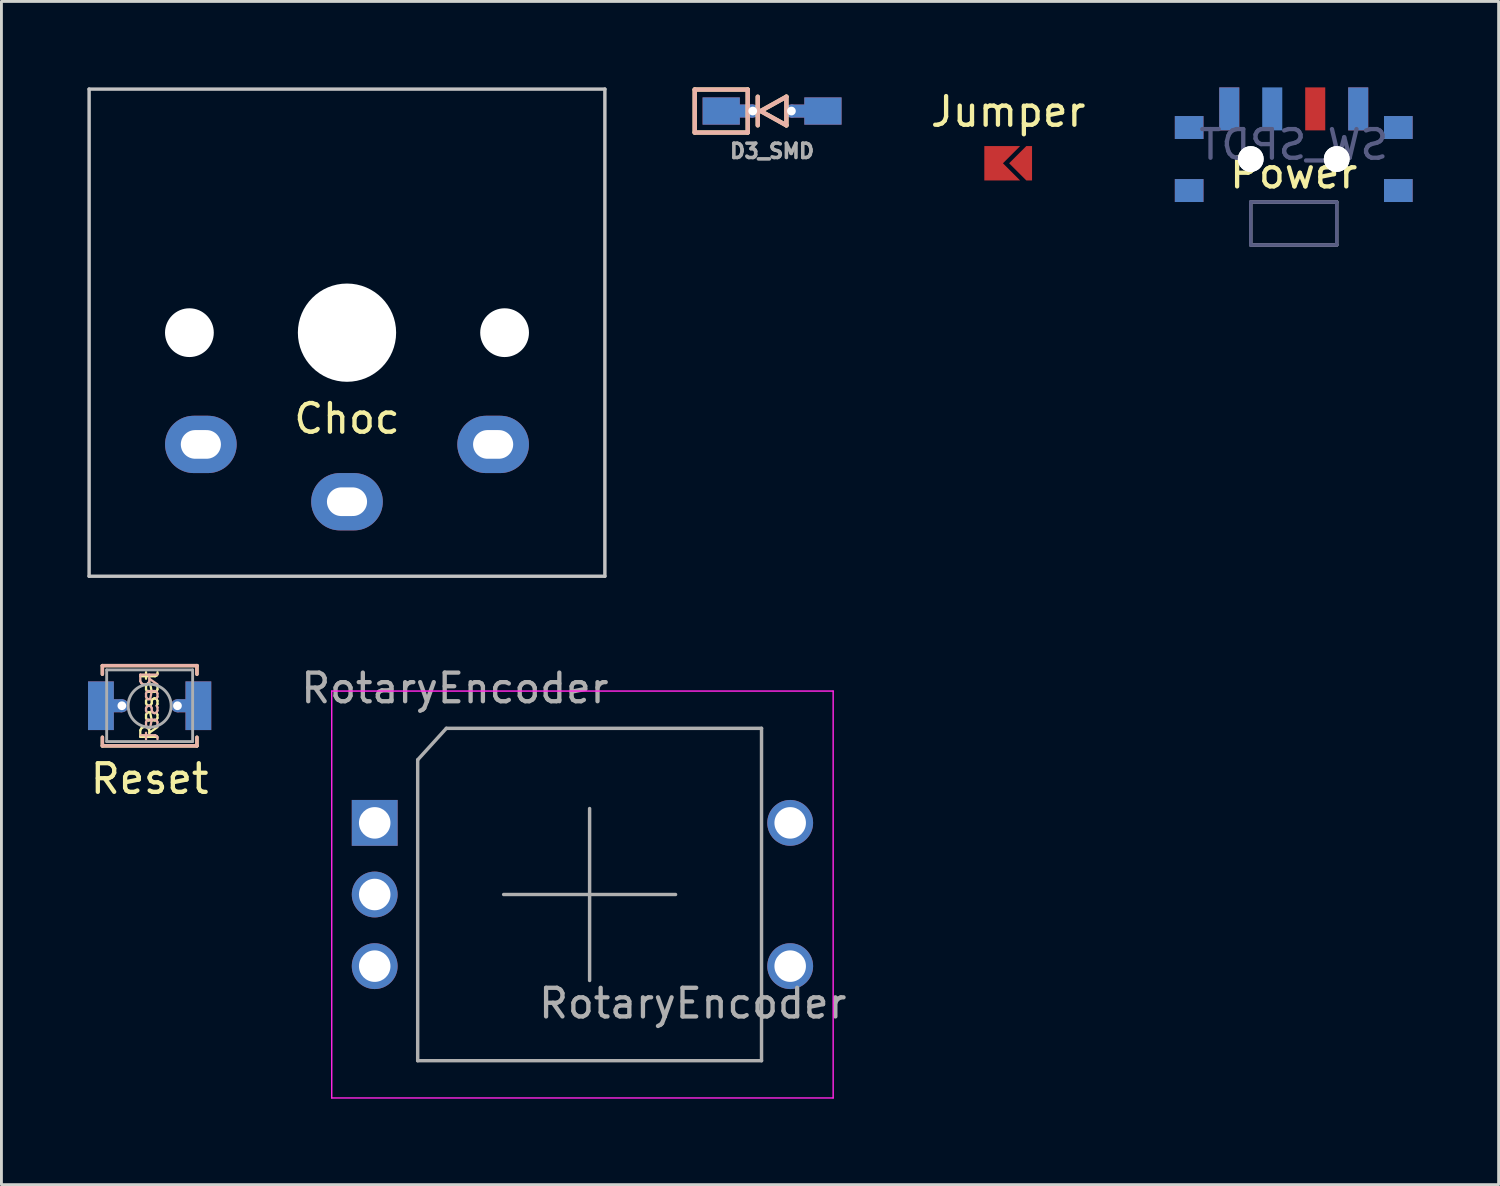
<source format=kicad_pcb>
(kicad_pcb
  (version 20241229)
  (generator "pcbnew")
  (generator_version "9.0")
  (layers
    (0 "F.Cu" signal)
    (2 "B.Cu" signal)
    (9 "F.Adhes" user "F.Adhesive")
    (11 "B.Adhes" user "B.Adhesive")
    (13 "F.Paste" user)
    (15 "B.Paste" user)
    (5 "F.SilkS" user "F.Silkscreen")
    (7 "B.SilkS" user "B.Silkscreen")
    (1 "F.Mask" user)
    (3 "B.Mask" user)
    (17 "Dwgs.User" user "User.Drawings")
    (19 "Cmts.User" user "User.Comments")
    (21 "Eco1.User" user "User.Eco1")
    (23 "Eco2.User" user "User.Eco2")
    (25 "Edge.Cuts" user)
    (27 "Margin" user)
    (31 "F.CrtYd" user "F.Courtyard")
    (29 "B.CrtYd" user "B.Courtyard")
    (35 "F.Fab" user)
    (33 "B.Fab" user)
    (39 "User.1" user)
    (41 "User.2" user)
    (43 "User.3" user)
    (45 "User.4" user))
  (footprint "Choc"
    (layer "F.Cu")
    (at 9.06 8.56)
    (property "Reference" "Choc" (at 0 3 0) (layer "F.SilkS") (effects (font (size 1 1) (thickness 0.15))))
    (attr through_hole)
    (fp_line (start -9 -8.5) (end 9 -8.5) (stroke (width 0.12) (type solid)) (layer "Dwgs.User"))
    (fp_line (start -9 8.5) (end -9 -8.5) (stroke (width 0.12) (type solid)) (layer "Dwgs.User"))
    (fp_line (start 9 -8.5) (end 9 8.5) (stroke (width 0.12) (type solid)) (layer "Dwgs.User"))
    (fp_line (start 9 8.5) (end -9 8.5) (stroke (width 0.12) (type solid)) (layer "Dwgs.User"))
    (fp_line (start -6.9 6.9) (end -6.9 -6.9) (stroke (width 0.15) (type solid)) (layer "Eco2.User"))
    (fp_line (start -6.9 6.9) (end 6.9 6.9) (stroke (width 0.15) (type solid)) (layer "Eco2.User"))
    (fp_line (start 6.9 -6.9) (end -6.9 -6.9) (stroke (width 0.15) (type solid)) (layer "Eco2.User"))
    (fp_line (start 6.9 -6.9) (end 6.9 6.9) (stroke (width 0.15) (type solid)) (layer "Eco2.User"))
    (pad "" np_thru_hole circle (at -5.5 0) (size 1.702 1.702) (drill 1.702) (layers "*.Cu" "*.Mask"))
    (pad "" np_thru_hole circle (at 0 0) (size 3.429 3.429) (drill 3.429) (layers "*.Cu" "*.Mask"))
    (pad "" np_thru_hole circle (at 5.5 0) (size 1.702 1.702) (drill 1.702) (layers "*.Cu" "*.Mask"))
    (pad "1" thru_hole oval (at -5.1 3.9) (size 2.5 2) (drill oval 1.4 1) (layers "*.Cu" "B.Mask"))
    (pad "1" thru_hole oval (at 5.1 3.9) (size 2.5 2) (drill oval 1.4 1) (layers "*.Cu" "F.Mask"))
    (pad "2" thru_hole oval (at 0 5.9) (size 2.5 2) (drill oval 1.4 1) (layers "*.Cu" "*.Mask")))
  (footprint "Power"
    (layer "F.Cu")
    (at 42.101 2.5)
    (property "Reference" "Power" (at 0 0.5 180) (layer "F.SilkS") (effects (font (size 1 1) (thickness 0.15))))
    (fp_poly (pts (xy -4.1 -0.75) (xy -4.1 -1.45) (xy -3.2 -1.45) (xy -3.2 -0.75)) (stroke (width 0.1) (type solid)) (fill yes) (layer "F.Mask"))
    (fp_poly (pts (xy -4.1 1.45) (xy -4.1 0.75) (xy -3.2 0.75) (xy -3.2 1.45)) (stroke (width 0.1) (type solid)) (fill yes) (layer "F.Mask"))
    (fp_poly (pts (xy -2.55 -1.05) (xy -2.55 -2.45) (xy -1.95 -2.45) (xy -1.95 -1.05)) (stroke (width 0.1) (type solid)) (fill yes) (layer "F.Mask"))
    (fp_poly (pts (xy 0.45 -1.05) (xy 0.45 -2.45) (xy 1.05 -2.45) (xy 1.05 -1.05)) (stroke (width 0.1) (type solid)) (fill yes) (layer "F.Mask"))
    (fp_poly (pts (xy 1.95 -1.05) (xy 1.95 -2.45) (xy 2.55 -2.45) (xy 2.55 -1.05)) (stroke (width 0.1) (type solid)) (fill yes) (layer "F.Mask"))
    (fp_poly (pts (xy 3.2 -0.75) (xy 3.2 -1.45) (xy 4.1 -1.45) (xy 4.1 -0.75)) (stroke (width 0.1) (type solid)) (fill yes) (layer "F.Mask"))
    (fp_poly (pts (xy 3.2 1.45) (xy 3.2 0.75) (xy 4.1 0.75) (xy 4.1 1.45)) (stroke (width 0.1) (type solid)) (fill yes) (layer "F.Mask"))
    (fp_poly (pts (xy -3.2 -0.75) (xy -3.2 -1.45) (xy -4.1 -1.45) (xy -4.1 -0.75)) (stroke (width 0.1) (type solid)) (fill yes) (layer "B.Mask"))
    (fp_poly (pts (xy -3.2 1.45) (xy -3.2 0.75) (xy -4.1 0.75) (xy -4.1 1.45)) (stroke (width 0.1) (type solid)) (fill yes) (layer "B.Mask"))
    (fp_poly (pts (xy -1.95 -1.05) (xy -1.95 -2.45) (xy -2.55 -2.45) (xy -2.55 -1.05)) (stroke (width 0.1) (type solid)) (fill yes) (layer "B.Mask"))
    (fp_poly (pts (xy -0.45 -1.05) (xy -0.45 -2.45) (xy -1.05 -2.45) (xy -1.05 -1.05)) (stroke (width 0.1) (type solid)) (fill yes) (layer "B.Mask"))
    (fp_poly (pts (xy 2.55 -1.05) (xy 2.55 -2.45) (xy 1.95 -2.45) (xy 1.95 -1.05)) (stroke (width 0.1) (type solid)) (fill yes) (layer "B.Mask"))
    (fp_poly (pts (xy 4.1 -0.75) (xy 4.1 -1.45) (xy 3.2 -1.45) (xy 3.2 -0.75)) (stroke (width 0.1) (type solid)) (fill yes) (layer "B.Mask"))
    (fp_poly (pts (xy 4.1 1.45) (xy 4.1 0.75) (xy 3.2 0.75) (xy 3.2 1.45)) (stroke (width 0.1) (type solid)) (fill yes) (layer "B.Mask"))
    (fp_line (start -1.5 1.5) (end 1.5 1.5) (stroke (width 0.12) (type solid)) (layer "B.Fab"))
    (fp_line (start -1.5 3) (end -1.5 1.5) (stroke (width 0.12) (type solid)) (layer "B.Fab"))
    (fp_line (start 1.5 1.5) (end 1.5 3) (stroke (width 0.12) (type solid)) (layer "B.Fab"))
    (fp_line (start 1.5 3) (end -1.5 3) (stroke (width 0.12) (type solid)) (layer "B.Fab"))
    (fp_line (start -1.5 1.5) (end -1.5 3) (stroke (width 0.12) (type solid)) (layer "F.Fab"))
    (fp_line (start -1.5 3) (end 1.5 3) (stroke (width 0.12) (type solid)) (layer "F.Fab"))
    (fp_line (start 1.5 1.5) (end -1.5 1.5) (stroke (width 0.12) (type solid)) (layer "F.Fab"))
    (fp_line (start 1.5 3) (end 1.5 1.5) (stroke (width 0.12) (type solid)) (layer "F.Fab"))
    (fp_text user "SW_SPDT" (at 0 -0.5 180) (layer "B.Fab") (effects (font (size 1 1) (thickness 0.15)) (justify mirror)))
    (pad "" smd rect (at -3.65 -1.1) (size 1 0.8) (layers "F.Cu"))
    (pad "" smd rect (at -3.65 -1.1 180) (size 1 0.8) (layers "B.Cu"))
    (pad "" smd rect (at -3.65 1.1) (size 1 0.8) (layers "F.Cu"))
    (pad "" smd rect (at -3.65 1.1 180) (size 1 0.8) (layers "B.Cu"))
    (pad "" np_thru_hole circle (at -1.5 0 180) (size 0.9 0.9) (drill 0.9) (layers "*.Cu" "*.Mask"))
    (pad "" np_thru_hole circle (at -1.5 0) (size 0.9 0.9) (drill 0.9) (layers "*.Cu" "*.Mask"))
    (pad "" np_thru_hole circle (at 1.5 0 180) (size 0.9 0.9) (drill 0.9) (layers "*.Cu" "*.Mask"))
    (pad "" np_thru_hole circle (at 1.5 0) (size 0.9 0.9) (drill 0.9) (layers "*.Cu" "*.Mask"))
    (pad "" smd rect (at 3.65 -1.1) (size 1 0.8) (layers "F.Cu"))
    (pad "" smd rect (at 3.65 -1.1 180) (size 1 0.8) (layers "B.Cu"))
    (pad "" smd rect (at 3.65 1.1) (size 1 0.8) (layers "F.Cu"))
    (pad "" smd rect (at 3.65 1.1 180) (size 1 0.8) (layers "B.Cu"))
    (pad "1" smd rect (at -2.25 -1.75) (size 0.7 1.5) (layers "F.Cu"))
    (pad "1" smd rect (at 2.25 -1.75 180) (size 0.7 1.5) (layers "B.Cu"))
    (pad "2" smd rect (at -0.75 -1.75 180) (size 0.7 1.5) (layers "B.Cu"))
    (pad "2" smd rect (at 0.75 -1.75) (size 0.7 1.5) (layers "F.Cu"))
    (pad "3" smd rect (at -2.25 -1.75 180) (size 0.7 1.5) (layers "B.Cu"))
    (pad "3" smd rect (at 2.25 -1.75) (size 0.7 1.5) (layers "F.Cu")))
  (footprint "RotaryEncoder"
    (layer "F.Cu")
    (at 17.527 28.168)
    (property "Reference" "RotaryEncoder" (at -4.7 -7.2 0) (layer "F.Fab") (effects (font (size 1 1) (thickness 0.15))))
    (attr through_hole)
    (fp_line (start -9 -7.1) (end -9 7.1) (stroke (width 0.05) (type solid)) (layer "F.CrtYd"))
    (fp_line (start -9 -7.1) (end 8.5 -7.1) (stroke (width 0.05) (type solid)) (layer "F.CrtYd"))
    (fp_line (start 8.5 7.1) (end -9 7.1) (stroke (width 0.05) (type solid)) (layer "F.CrtYd"))
    (fp_line (start 8.5 7.1) (end 8.5 -7.1) (stroke (width 0.05) (type solid)) (layer "F.CrtYd"))
    (fp_line (start -6 -4.7) (end -5 -5.8) (stroke (width 0.12) (type solid)) (layer "F.Fab"))
    (fp_line (start -6 5.8) (end -6 -4.7) (stroke (width 0.12) (type solid)) (layer "F.Fab"))
    (fp_line (start -5 -5.8) (end 6 -5.8) (stroke (width 0.12) (type solid)) (layer "F.Fab"))
    (fp_line (start -3 0) (end 3 0) (stroke (width 0.12) (type solid)) (layer "F.Fab"))
    (fp_line (start 0 -3) (end 0 3) (stroke (width 0.12) (type solid)) (layer "F.Fab"))
    (fp_line (start 6 -5.8) (end 6 5.8) (stroke (width 0.12) (type solid)) (layer "F.Fab"))
    (fp_line (start 6 5.8) (end -6 5.8) (stroke (width 0.12) (type solid)) (layer "F.Fab"))
    (fp_text user "${REFERENCE}" (at 3.6 3.8 0) (layer "F.Fab") (effects (font (size 1 1) (thickness 0.15))))
    (pad "A" thru_hole rect (at -7.5 -2.5) (size 1.6 1.6) (drill 1.1) (layers "*.Cu" "*.Mask"))
    (pad "B" thru_hole circle (at -7.5 2.5) (size 1.6 1.6) (drill 1.1) (layers "*.Cu" "*.Mask"))
    (pad "C" thru_hole circle (at -7.5 0) (size 1.6 1.6) (drill 1.1) (layers "*.Cu" "*.Mask"))
    (pad "S1" thru_hole circle (at 7 2.5) (size 1.6 1.6) (drill 1.1) (layers "*.Cu" "*.Mask"))
    (pad "S2" thru_hole circle (at 7 -2.5) (size 1.6 1.6) (drill 1.1) (layers "*.Cu" "*.Mask")))
  (footprint "D3_SMD"
    (layer "F.Cu")
    (at 23.895 0.825)
    (property "Reference" "D3_SMD" (at 0 1.397 180) (layer "F.Fab") (effects (font (size 0.5 0.5) (thickness 0.125))))
    (fp_poly (pts (xy -2.375 -0.425) (xy -1.175 -0.425) (xy -1.175 0.425) (xy -2.375 0.425)) (stroke (width 0.1) (type solid)) (fill yes) (layer "F.Mask"))
    (fp_poly (pts (xy 1.175 -0.425) (xy 2.375 -0.425) (xy 2.375 0.425) (xy 1.175 0.425)) (stroke (width 0.1) (type solid)) (fill yes) (layer "F.Mask"))
    (fp_poly (pts (xy -2.375 -0.425) (xy -1.175 -0.425) (xy -1.175 0.425) (xy -2.375 0.425)) (stroke (width 0.1) (type solid)) (fill yes) (layer "B.Mask"))
    (fp_poly (pts (xy 1.175 -0.425) (xy 2.375 -0.425) (xy 2.375 0.425) (xy 1.175 0.425)) (stroke (width 0.1) (type solid)) (fill yes) (layer "B.Mask"))
    (fp_line (start -2.7 -0.75) (end -2.7 0.75) (stroke (width 0.15) (type solid)) (layer "F.SilkS"))
    (fp_line (start -2.7 0.75) (end -0.85 0.75) (stroke (width 0.15) (type solid)) (layer "F.SilkS"))
    (fp_line (start -0.85 -0.75) (end -2.7 -0.75) (stroke (width 0.15) (type solid)) (layer "F.SilkS"))
    (fp_line (start -0.85 -0.75) (end -0.85 0.75) (stroke (width 0.15) (type solid)) (layer "F.SilkS"))
    (fp_line (start -0.5 -0.5) (end -0.5 0.5) (stroke (width 0.15) (type solid)) (layer "F.SilkS"))
    (fp_line (start -0.4 0) (end 0.5 -0.5) (stroke (width 0.15) (type solid)) (layer "F.SilkS"))
    (fp_line (start 0.5 -0.5) (end 0.5 0.5) (stroke (width 0.15) (type solid)) (layer "F.SilkS"))
    (fp_line (start 0.5 0.5) (end -0.4 0) (stroke (width 0.15) (type solid)) (layer "F.SilkS"))
    (fp_line (start -2.7 -0.75) (end -2.7 0.75) (stroke (width 0.15) (type solid)) (layer "B.SilkS"))
    (fp_line (start -2.7 0.75) (end -0.85 0.75) (stroke (width 0.15) (type solid)) (layer "B.SilkS"))
    (fp_line (start -0.85 -0.75) (end -2.7 -0.75) (stroke (width 0.15) (type solid)) (layer "B.SilkS"))
    (fp_line (start -0.85 -0.75) (end -0.85 0.75) (stroke (width 0.15) (type solid)) (layer "B.SilkS"))
    (fp_line (start -0.5 0.5) (end -0.5 -0.5) (stroke (width 0.15) (type solid)) (layer "B.SilkS"))
    (fp_line (start -0.4 0) (end 0.5 0.5) (stroke (width 0.15) (type solid)) (layer "B.SilkS"))
    (fp_line (start 0.5 -0.5) (end -0.4 0) (stroke (width 0.15) (type solid)) (layer "B.SilkS"))
    (fp_line (start 0.5 0.5) (end 0.5 -0.5) (stroke (width 0.15) (type solid)) (layer "B.SilkS"))
    (pad "1" smd custom (at -1.775 0) (size 1.3 0.95) (layers "F.Cu") (options (anchor rect)) (primitives (gr_poly (pts (xy 1.094 0.177) (xy 0.521 0.177) (xy 0.521 -0.178) (xy 1.094 -0.178)) (width 0.1) (fill yes))))
    (pad "1" smd custom (at -1.775 0) (size 1.3 0.95) (layers "B.Cu") (options (anchor rect)) (primitives (gr_poly (pts (xy 1.094 0.177) (xy 0.521 0.177) (xy 0.521 -0.179) (xy 1.094 -0.179)) (width 0.1) (fill yes))))
    (pad "1" thru_hole circle (at -0.675 0 270) (size 0.457 0.457) (drill 0.305) (layers "*.Cu"))
    (pad "2" thru_hole circle (at 0.675 0.0004 90) (size 0.457 0.457) (drill 0.305) (layers "*.Cu"))
    (pad "2" smd custom (at 1.775 0) (size 1.3 0.95) (layers "F.Cu") (options (anchor rect)) (primitives (gr_poly (pts (xy -0.521 0.179) (xy -1.094 0.179) (xy -1.094 -0.177) (xy -0.521 -0.177)) (width 0.1) (fill yes))))
    (pad "2" smd custom (at 1.775 0) (size 1.3 0.95) (layers "B.Cu") (options (anchor rect)) (primitives (gr_poly (pts (xy -0.521 0.179) (xy -1.094 0.179) (xy -1.094 -0.177) (xy -0.521 -0.177)) (width 0.1) (fill yes)))))
  (footprint "Reset"
    (layer "F.Cu")
    (at 2.173 21.58)
    (property "Reference" "Reset" (at 0 2.55 0) (layer "F.SilkS") (effects (font (size 1 1) (thickness 0.15))))
    (attr smd)
    (fp_poly (pts (xy -2.1 0.8) (xy -2.1 -0.8) (xy -1.3 -0.8) (xy -1.3 0.8)) (stroke (width 0.1) (type solid)) (fill yes) (layer "F.Mask"))
    (fp_poly (pts (xy 1.3 0.8) (xy 1.3 -0.8) (xy 2.1 -0.8) (xy 2.1 0.8)) (stroke (width 0.1) (type solid)) (fill yes) (layer "F.Mask"))
    (fp_poly (pts (xy -2.1 0.8) (xy -2.1 -0.8) (xy -1.3 -0.8) (xy -1.3 0.8)) (stroke (width 0.1) (type solid)) (fill yes) (layer "B.Mask"))
    (fp_poly (pts (xy 1.3 0.8) (xy 1.3 -0.8) (xy 2.1 -0.8) (xy 2.1 0.8)) (stroke (width 0.1) (type solid)) (fill yes) (layer "B.Mask"))
    (fp_line (start -1.65 -1.4) (end 1.65 -1.4) (stroke (width 0.12) (type solid)) (layer "F.SilkS"))
    (fp_line (start -1.65 -1.1) (end -1.65 -1.4) (stroke (width 0.12) (type solid)) (layer "F.SilkS"))
    (fp_line (start -1.65 1.1) (end -1.65 1.4) (stroke (width 0.12) (type solid)) (layer "F.SilkS"))
    (fp_line (start -1.65 1.4) (end 1.65 1.4) (stroke (width 0.12) (type solid)) (layer "F.SilkS"))
    (fp_line (start 1.65 -1.4) (end 1.65 -1.1) (stroke (width 0.12) (type solid)) (layer "F.SilkS"))
    (fp_line (start 1.65 1.4) (end 1.65 1.1) (stroke (width 0.12) (type solid)) (layer "F.SilkS"))
    (fp_line (start -1.65 -1.4) (end 1.65 -1.4) (stroke (width 0.12) (type solid)) (layer "B.SilkS"))
    (fp_line (start -1.65 -1.1) (end -1.65 -1.4) (stroke (width 0.12) (type solid)) (layer "B.SilkS"))
    (fp_line (start -1.65 1.1) (end -1.65 1.4) (stroke (width 0.12) (type solid)) (layer "B.SilkS"))
    (fp_line (start -1.65 1.4) (end 1.65 1.4) (stroke (width 0.12) (type solid)) (layer "B.SilkS"))
    (fp_line (start 1.65 -1.4) (end 1.65 -1.1) (stroke (width 0.12) (type solid)) (layer "B.SilkS"))
    (fp_line (start 1.65 1.4) (end 1.65 1.1) (stroke (width 0.12) (type solid)) (layer "B.SilkS"))
    (fp_line (start -1.5 -1.25) (end 1.5 -1.25) (stroke (width 0.1) (type solid)) (layer "F.Fab"))
    (fp_line (start -1.5 1.25) (end -1.5 -1.25) (stroke (width 0.1) (type solid)) (layer "F.Fab"))
    (fp_line (start 1.5 -1.25) (end 1.5 1.25) (stroke (width 0.1) (type solid)) (layer "F.Fab"))
    (fp_line (start 1.5 1.25) (end -1.5 1.25) (stroke (width 0.1) (type solid)) (layer "F.Fab"))
    (fp_circle (center 0 0) (end 0.75 0) (stroke (width 0.1) (type solid)) (fill no) (layer "F.Fab"))
    (fp_text user "Reset" (at 0 0 270) (layer "F.SilkS") (effects (font (size 0.6 0.6) (thickness 0.08))))
    (fp_text user "Reset" (at 0 0 270) (layer "B.SilkS") (effects (font (size 0.6 0.6) (thickness 0.08)) (justify mirror)))
    (pad "1" smd custom (at -1.7 0) (size 0.9 1.7) (layers "F.Cu") (options (anchor rect)) (primitives (gr_poly (pts (xy 0.723 0.177) (xy 0.15 0.177) (xy 0.15 -0.179) (xy 0.723 -0.179)) (width 0.1) (fill yes))))
    (pad "1" smd custom (at -1.7 0 180) (size 0.9 1.7) (layers "B.Cu") (options (anchor rect)) (primitives (gr_poly (pts (xy -0.15 0.179) (xy -0.723 0.179) (xy -0.723 -0.177) (xy -0.15 -0.177)) (width 0.1) (fill yes))))
    (pad "1" thru_hole circle (at -0.97 0 270) (size 0.457 0.457) (drill 0.305) (layers "*.Cu"))
    (pad "2" thru_hole circle (at 0.97 0 270) (size 0.457 0.457) (drill 0.305) (layers "*.Cu"))
    (pad "2" smd custom (at 1.7 0 180) (size 0.9 1.7) (layers "F.Cu") (options (anchor rect)) (primitives (gr_poly (pts (xy 0.723 0.177) (xy 0.15 0.177) (xy 0.15 -0.179) (xy 0.723 -0.179)) (width 0.1) (fill yes))))
    (pad "2" smd custom (at 1.7 0 180) (size 0.9 1.7) (layers "B.Cu") (options (anchor rect)) (primitives (gr_poly (pts (xy 0.723 0.179) (xy 0.15 0.179) (xy 0.15 -0.177) (xy 0.723 -0.177)) (width 0.1) (fill yes)))))
  (footprint "Jumper"
    (layer "F.Cu")
    (at 32.135 2.648)
    (property "Reference" "Jumper" (at 0 -1.8 180) (layer "F.SilkS") (effects (font (size 1 1) (thickness 0.15))))
    (attr exclude_from_pos_files)
    (fp_poly (pts (xy -0.329 0.508) (xy -0.329 -0.508) (xy 0.687 -0.508) (xy 0.687 0.508)) (stroke (width 0.1) (type solid)) (fill yes) (layer "F.Mask"))
    (pad "1" smd custom (at 0.433 0 270) (size 0.1 0.1) (layers "F.Cu" "F.Mask") (options (anchor rect)) (primitives (gr_poly (pts (xy 0.6 -0.2) (xy 0 0.4) (xy -0.6 -0.2) (xy -0.6 -0.4) (xy 0.6 -0.4)) (width 0) (fill yes))))
    (pad "2" smd custom (at -0.583 0 270) (size 1.2 0.5) (layers "F.Cu" "F.Mask") (options (anchor rect)) (primitives (gr_poly (pts (xy 0.6 0) (xy -0.6 0) (xy -0.6 -1) (xy 0 -0.4) (xy 0.6 -1)) (width 0) (fill yes)))))
  (gr_rect
    (start -3 -3)
    (end 49.251 38.293)
    (stroke (width 0.1) (type default))
    (fill no)
    (layer "Edge.Cuts")))
</source>
